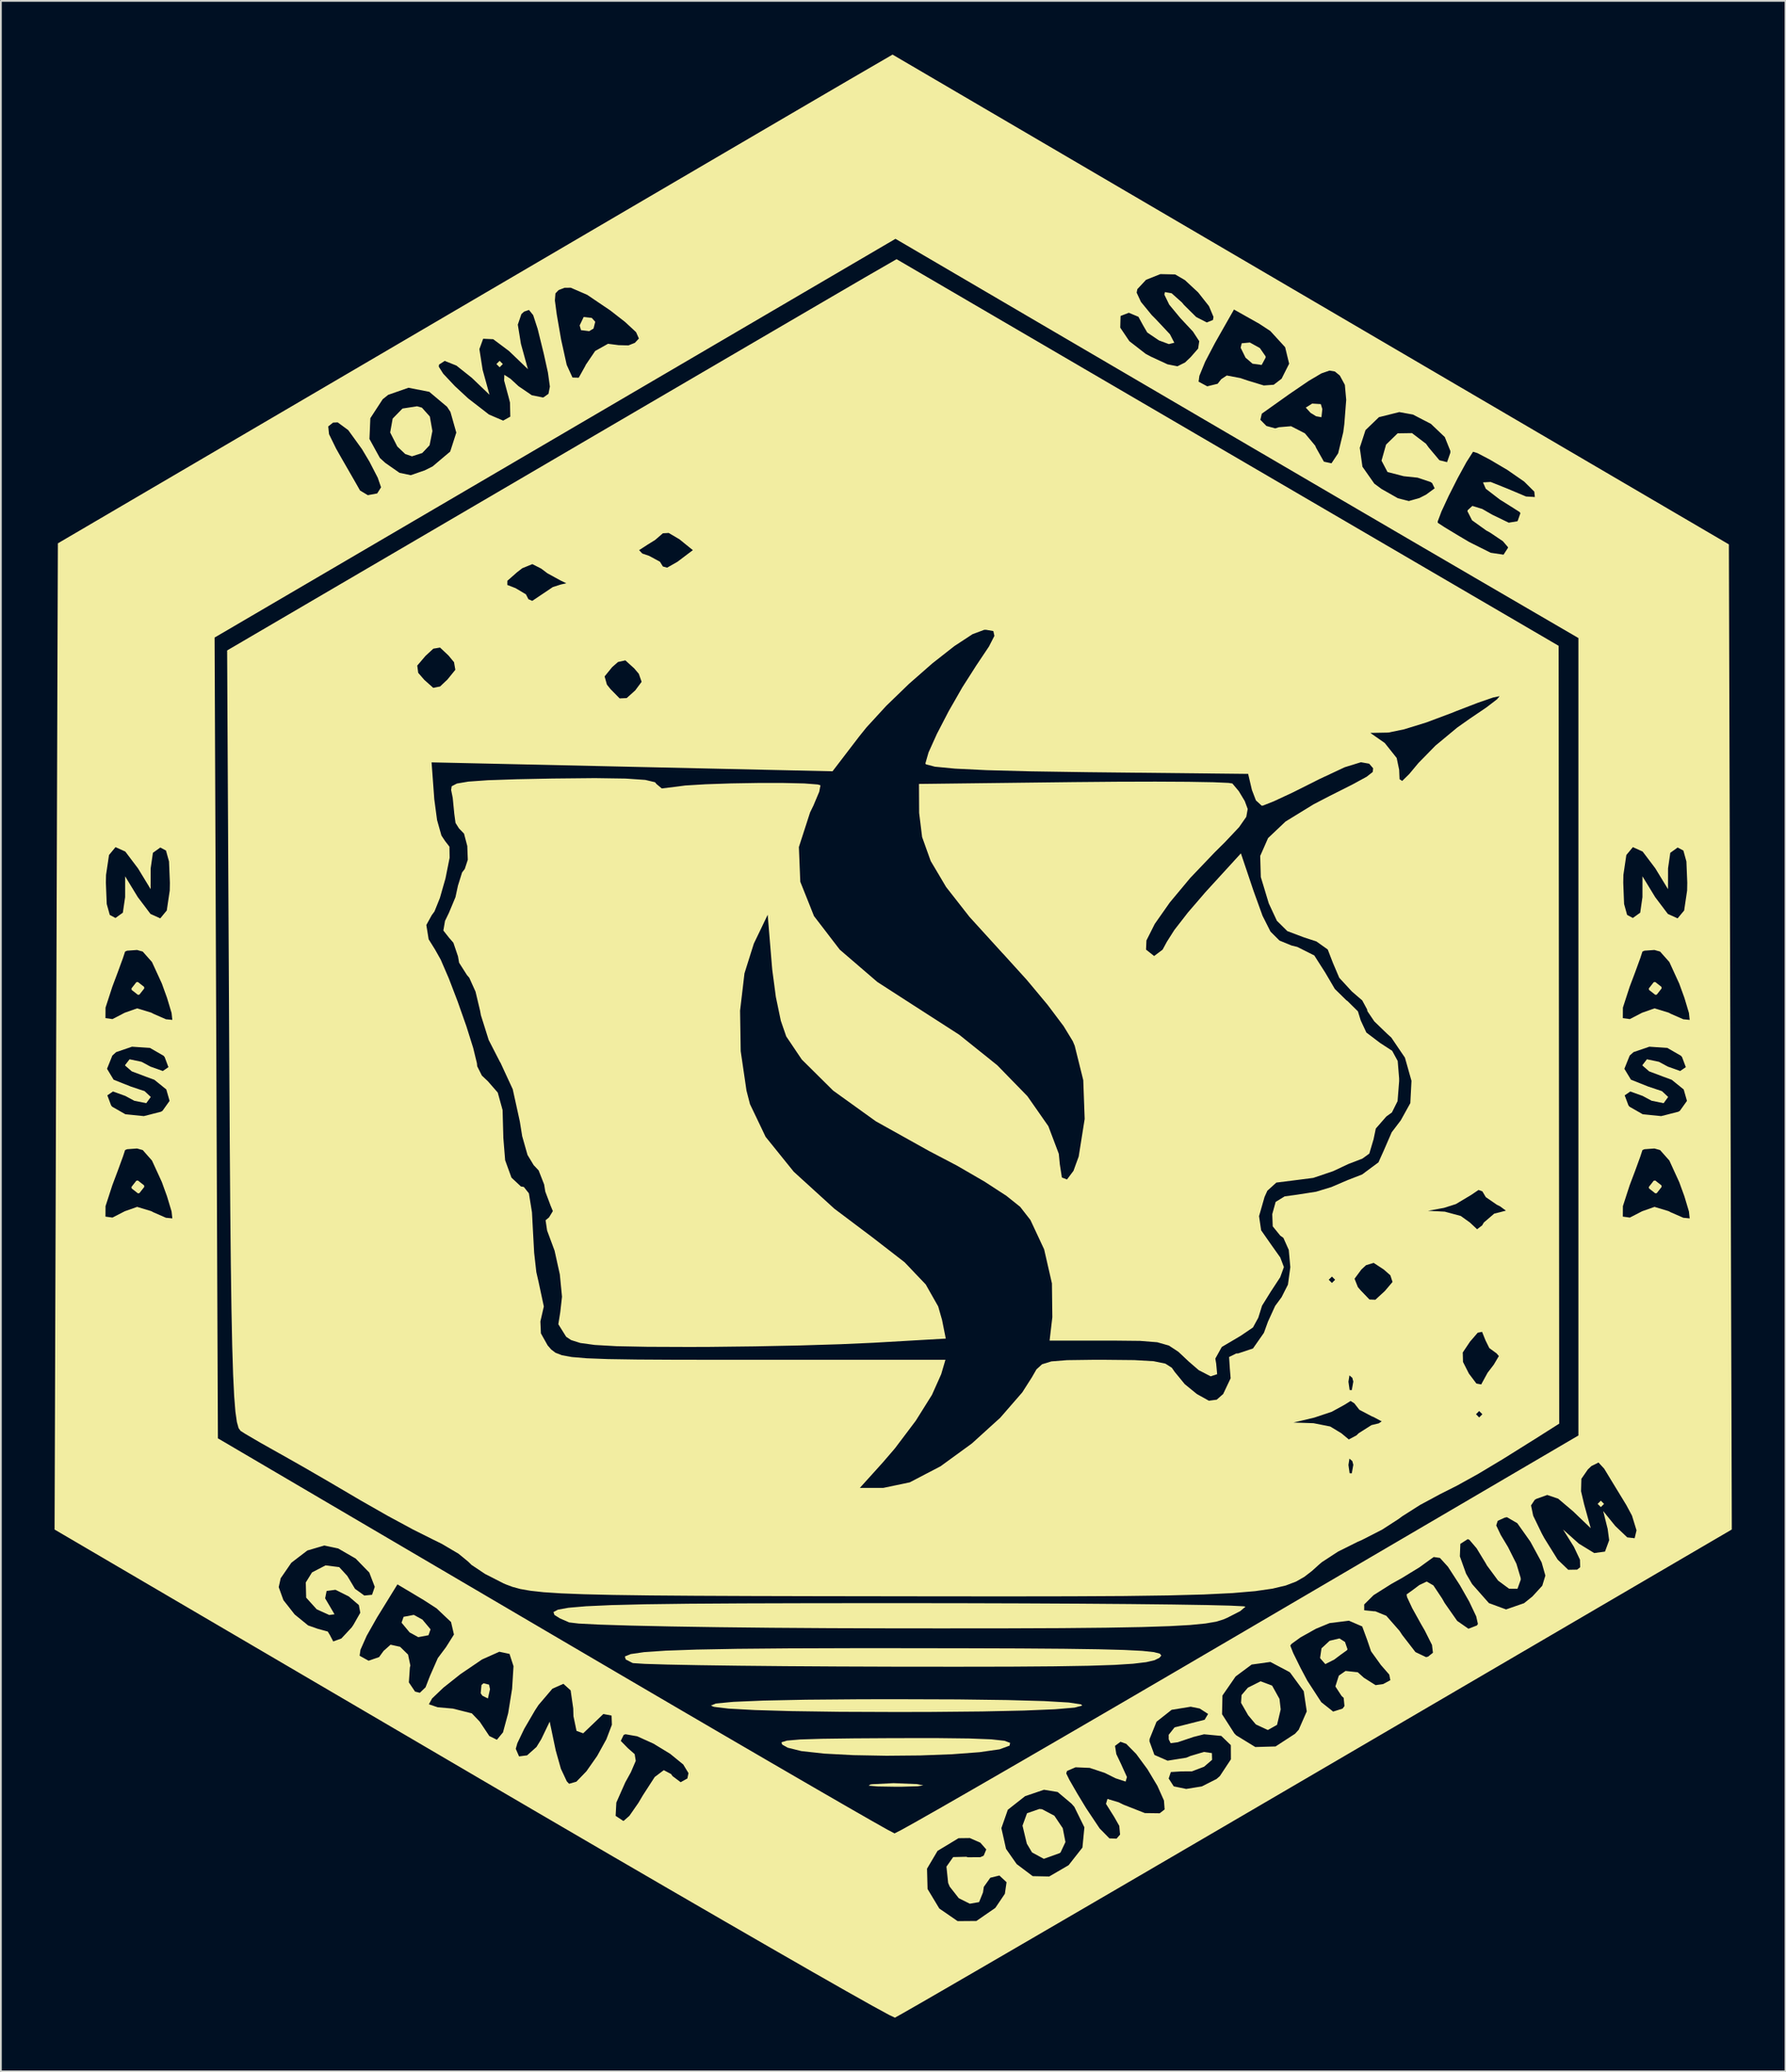
<source format=kicad_pcb>
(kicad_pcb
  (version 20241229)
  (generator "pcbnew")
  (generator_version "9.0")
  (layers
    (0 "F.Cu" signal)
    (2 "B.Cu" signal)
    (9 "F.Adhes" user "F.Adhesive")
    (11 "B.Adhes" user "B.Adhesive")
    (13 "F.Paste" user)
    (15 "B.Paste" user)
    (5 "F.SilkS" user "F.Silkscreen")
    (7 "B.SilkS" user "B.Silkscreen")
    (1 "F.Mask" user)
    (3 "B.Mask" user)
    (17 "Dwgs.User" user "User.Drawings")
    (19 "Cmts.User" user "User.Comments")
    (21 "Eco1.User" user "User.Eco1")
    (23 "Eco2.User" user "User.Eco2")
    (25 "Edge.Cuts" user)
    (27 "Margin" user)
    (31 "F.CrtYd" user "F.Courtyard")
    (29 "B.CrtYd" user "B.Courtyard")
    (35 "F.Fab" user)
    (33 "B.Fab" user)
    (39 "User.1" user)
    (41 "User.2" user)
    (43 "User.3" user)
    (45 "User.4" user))
  (footprint "ISGC"
    (layer "F.Cu")
    (at 46.511 54.673)
    (property "Reference" "ISGC" (at 0 0 0) (layer "F.SilkS") (effects (font (size 1.5 1.5) (thickness 0.3))))
    (attr board_only exclude_from_pos_files exclude_from_bom)
    (fp_poly (pts (xy -21.465 -37.385) (xy -21.644 -37.206) (xy -21.823 -37.385) (xy -21.644 -37.563)) (stroke (width 0) (type solid)) (fill yes) (layer "F.SilkS"))
    (fp_poly (pts (xy 40.068 26.294) (xy 39.889 26.473) (xy 39.71 26.294) (xy 39.889 26.115)) (stroke (width 0) (type solid)) (fill yes) (layer "F.SilkS"))
    (fp_poly (pts (xy -22.233 36.393) (xy -22.18 36.648) (xy -22.298 37.165) (xy -22.608 37.01) (xy -22.702 36.873) (xy -22.657 36.413) (xy -22.544 36.315)) (stroke (width 0) (type solid)) (fill yes) (layer "F.SilkS"))
    (fp_poly (pts (xy -16.493 -39.962) (xy -16.301 -39.747) (xy -16.396 -39.368) (xy -16.637 -39.222) (xy -17.097 -39.279) (xy -17.172 -39.542) (xy -16.947 -40.014)) (stroke (width 0) (type solid)) (fill yes) (layer "F.SilkS"))
    (fp_poly (pts (xy 24.243 -35.147) (xy 24.327 -34.869) (xy 24.278 -34.415) (xy 23.978 -34.469) (xy 23.671 -34.657) (xy 23.402 -34.951) (xy 23.76 -35.177)) (stroke (width 0) (type solid)) (fill yes) (layer "F.SilkS"))
    (fp_poly (pts (xy -41.509 -2.59) (xy -41.499 -2.504) (xy -41.771 -2.157) (xy -41.856 -2.146) (xy -42.204 -2.419) (xy -42.214 -2.504) (xy -41.942 -2.852) (xy -41.856 -2.862)) (stroke (width 0) (type solid)) (fill yes) (layer "F.SilkS"))
    (fp_poly (pts (xy -41.509 8.5) (xy -41.499 8.586) (xy -41.771 8.933) (xy -41.856 8.944) (xy -42.204 8.671) (xy -42.214 8.586) (xy -41.942 8.239) (xy -41.856 8.228)) (stroke (width 0) (type solid)) (fill yes) (layer "F.SilkS"))
    (fp_poly (pts (xy -25.956 32.759) (xy -25.503 33.302) (xy -25.617 33.631) (xy -26.189 33.74) (xy -26.671 33.475) (xy -27.124 32.932) (xy -27.01 32.603) (xy -26.438 32.494)) (stroke (width 0) (type solid)) (fill yes) (layer "F.SilkS"))
    (fp_poly (pts (xy 43.277 -2.59) (xy 43.287 -2.504) (xy 43.015 -2.157) (xy 42.93 -2.146) (xy 42.582 -2.419) (xy 42.572 -2.504) (xy 42.844 -2.852) (xy 42.93 -2.862)) (stroke (width 0) (type solid)) (fill yes) (layer "F.SilkS"))
    (fp_poly (pts (xy 43.277 8.5) (xy 43.287 8.586) (xy 43.015 8.933) (xy 42.93 8.944) (xy 42.582 8.671) (xy 42.572 8.586) (xy 42.844 8.239) (xy 42.93 8.228)) (stroke (width 0) (type solid)) (fill yes) (layer "F.SilkS"))
    (fp_poly (pts (xy 20.837 -38.277) (xy 21.156 -37.816) (xy 21.161 -37.751) (xy 20.937 -37.334) (xy 20.428 -37.404) (xy 20.037 -37.739) (xy 19.764 -38.295) (xy 19.821 -38.543) (xy 20.277 -38.588)) (stroke (width 0) (type solid)) (fill yes) (layer "F.SilkS"))
    (fp_poly (pts (xy 1.644 41.948) (xy 1.691 41.953) (xy 2.03 42.019) (xy 1.723 42.07) (xy 0.842 42.095) (xy 0.537 42.097) (xy -0.508 42.081) (xy -1.024 42.037) (xy -0.929 41.972) (xy -0.813 41.956) (xy 0.37 41.896)) (stroke (width 0) (type solid)) (fill yes) (layer "F.SilkS"))
    (fp_poly (pts (xy 21.522 36.448) (xy 21.933 37.191) (xy 22.001 37.776) (xy 21.796 38.638) (xy 21.281 38.927) (xy 20.611 38.614) (xy 20.18 38.1) (xy 19.786 37.41) (xy 19.814 36.974) (xy 20.164 36.564) (xy 20.879 36.204)) (stroke (width 0) (type solid)) (fill yes) (layer "F.SilkS"))
    (fp_poly (pts (xy 25.593 34.009) (xy 25.733 34.414) (xy 25.704 34.469) (xy 25.351 34.723) (xy 24.995 34.991) (xy 24.493 35.244) (xy 24.216 34.928) (xy 24.203 34.895) (xy 24.281 34.363) (xy 24.734 33.943) (xy 25.284 33.811)) (stroke (width 0) (type solid)) (fill yes) (layer "F.SilkS"))
    (fp_poly (pts (xy -25.985 -34.948) (xy -25.543 -34.454) (xy -25.4 -33.644) (xy -25.557 -32.848) (xy -25.966 -32.414) (xy -26.541 -32.229) (xy -26.918 -32.358) (xy -27.36 -32.777) (xy -27.759 -33.561) (xy -27.619 -34.339) (xy -27.073 -34.898) (xy -26.257 -35.025)) (stroke (width 0) (type solid)) (fill yes) (layer "F.SilkS"))
    (fp_poly (pts (xy 8.667 43.352) (xy 9.353 43.715) (xy 9.823 44.413) (xy 9.973 45.185) (xy 9.699 45.77) (xy 9.646 45.807) (xy 8.763 46.123) (xy 8.106 45.766) (xy 7.816 45.278) (xy 7.574 44.269) (xy 7.827 43.576) (xy 8.515 43.338)) (stroke (width 0) (type solid)) (fill yes) (layer "F.SilkS"))
    (fp_poly (pts (xy 4.591 39.4) (xy 5.827 39.448) (xy 6.566 39.528) (xy 6.882 39.645) (xy 6.852 39.799) (xy 6.292 40.006) (xy 5.172 40.167) (xy 3.643 40.281) (xy 1.858 40.348) (xy -0.03 40.365) (xy -1.867 40.332) (xy -3.502 40.246) (xy -4.78 40.106) (xy -5.545 39.915) (xy -5.855 39.741) (xy -5.895 39.612) (xy -5.588 39.519) (xy -4.861 39.456) (xy -3.637 39.417) (xy -1.842 39.394) (xy 0.34 39.381) (xy 2.787 39.379)) (stroke (width 0) (type solid)) (fill yes) (layer "F.SilkS"))
    (fp_poly (pts (xy 3.961 37.217) (xy 6.714 37.253) (xy 8.784 37.311) (xy 10.163 37.392) (xy 10.841 37.495) (xy 10.911 37.563) (xy 10.486 37.675) (xy 9.386 37.768) (xy 7.652 37.84) (xy 5.326 37.89) (xy 2.447 37.917) (xy 0.537 37.921) (xy -2.644 37.909) (xy -5.296 37.872) (xy -7.379 37.812) (xy -8.853 37.731) (xy -9.675 37.631) (xy -9.838 37.563) (xy -9.56 37.447) (xy -8.577 37.354) (xy -6.897 37.283) (xy -4.53 37.234) (xy -1.485 37.209) (xy 0.537 37.206)) (stroke (width 0) (type solid)) (fill yes) (layer "F.SilkS"))
    (fp_poly (pts (xy 4.351 34.36) (xy 7.417 34.37) (xy 9.884 34.388) (xy 11.809 34.415) (xy 13.25 34.454) (xy 14.265 34.506) (xy 14.911 34.575) (xy 15.247 34.661) (xy 15.33 34.768) (xy 15.225 34.892) (xy 14.953 35.027) (xy 14.485 35.136) (xy 13.754 35.223) (xy 12.698 35.29) (xy 11.249 35.338) (xy 9.343 35.369) (xy 6.915 35.387) (xy 3.9 35.392) (xy 0.379 35.389) (xy -2.746 35.378) (xy -5.654 35.36) (xy -8.266 35.335) (xy -10.502 35.304) (xy -12.283 35.269) (xy -13.53 35.231) (xy -14.164 35.191) (xy -14.22 35.18) (xy -14.598 34.984) (xy -14.645 34.82) (xy -14.318 34.685) (xy -13.573 34.577) (xy -12.364 34.494) (xy -10.646 34.433) (xy -8.376 34.391) (xy -5.509 34.366) (xy -2 34.355) (xy 0.626 34.355)) (stroke (width 0) (type solid)) (fill yes) (layer "F.SilkS"))
    (fp_poly (pts (xy 4.178 31.843) (xy 7.616 31.853) (xy 10.766 31.869) (xy 13.562 31.89) (xy 15.94 31.916) (xy 17.834 31.946) (xy 19.181 31.979) (xy 19.915 32.015) (xy 20.034 32.037) (xy 19.738 32.287) (xy 19.007 32.66) (xy 18.793 32.752) (xy 18.395 32.875) (xy 17.8 32.977) (xy 16.947 33.06) (xy 15.777 33.125) (xy 14.23 33.175) (xy 12.246 33.211) (xy 9.766 33.235) (xy 6.73 33.247) (xy 3.077 33.25) (xy 0.28 33.248) (xy -3.191 33.237) (xy -6.461 33.215) (xy -9.456 33.182) (xy -12.104 33.141) (xy -14.331 33.093) (xy -16.064 33.039) (xy -17.23 32.98) (xy -17.756 32.917) (xy -17.761 32.915) (xy -18.275 32.69) (xy -18.581 32.498) (xy -18.634 32.337) (xy -18.389 32.205) (xy -17.799 32.098) (xy -16.819 32.014) (xy -15.405 31.95) (xy -13.51 31.903) (xy -11.088 31.872) (xy -8.095 31.853) (xy -4.484 31.843) (xy -0.211 31.839) (xy 0.516 31.839)) (stroke (width 0) (type solid)) (fill yes) (layer "F.SilkS"))
    (fp_poly (pts (xy -14.604 -14.227) (xy -13.502 -14.151) (xy -12.959 -14.021) (xy -12.879 -13.922) (xy -12.583 -13.676) (xy -11.941 -13.752) (xy -11.27 -13.84) (xy -10.14 -13.908) (xy -8.73 -13.956) (xy -7.22 -13.981) (xy -5.787 -13.981) (xy -4.612 -13.954) (xy -3.872 -13.897) (xy -3.715 -13.852) (xy -3.785 -13.488) (xy -4.108 -12.72) (xy -4.298 -12.332) (xy -4.921 -10.401) (xy -4.843 -8.464) (xy -4.077 -6.545) (xy -2.638 -4.67) (xy -0.538 -2.864) (xy 1.514 -1.54) (xy 4.03 0.078) (xy 6.163 1.788) (xy 7.848 3.517) (xy 9.017 5.191) (xy 9.603 6.738) (xy 9.659 7.32) (xy 9.774 8.059) (xy 10.059 8.17) (xy 10.422 7.688) (xy 10.714 6.887) (xy 11.047 4.788) (xy 10.968 2.622) (xy 10.492 0.702) (xy 10.384 0.446) (xy 9.87 -0.397) (xy 8.973 -1.59) (xy 7.814 -2.979) (xy 6.517 -4.409) (xy 6.423 -4.508) (xy 4.611 -6.5) (xy 3.306 -8.167) (xy 2.445 -9.619) (xy 1.963 -10.962) (xy 1.798 -12.306) (xy 1.797 -12.419) (xy 1.789 -13.927) (xy 10.41 -14.029) (xy 12.827 -14.05) (xy 15.004 -14.056) (xy 16.841 -14.046) (xy 18.235 -14.022) (xy 19.084 -13.985) (xy 19.3 -13.952) (xy 19.66 -13.524) (xy 19.992 -12.971) (xy 20.156 -12.528) (xy 20.077 -12.088) (xy 19.674 -11.509) (xy 18.865 -10.652) (xy 18.316 -10.109) (xy 16.946 -8.674) (xy 15.803 -7.303) (xy 14.962 -6.104) (xy 14.499 -5.184) (xy 14.476 -4.671) (xy 14.929 -4.313) (xy 15.401 -4.669) (xy 15.642 -5.113) (xy 16.061 -5.771) (xy 16.82 -6.748) (xy 17.767 -7.848) (xy 17.896 -7.991) (xy 19.777 -10.048) (xy 20.475 -7.976) (xy 20.986 -6.559) (xy 21.432 -5.678) (xy 21.933 -5.177) (xy 22.61 -4.899) (xy 22.928 -4.822) (xy 23.877 -4.346) (xy 24.483 -3.397) (xy 25.026 -2.473) (xy 25.676 -1.835) (xy 25.727 -1.805) (xy 26.316 -1.222) (xy 26.473 -0.712) (xy 26.788 -0.039) (xy 27.546 0.537) (xy 28.228 0.98) (xy 28.539 1.551) (xy 28.619 2.525) (xy 28.62 2.68) (xy 28.531 3.795) (xy 28.215 4.426) (xy 27.904 4.651) (xy 27.315 5.325) (xy 27.189 5.927) (xy 26.952 6.726) (xy 26.563 7.006) (xy 25.794 7.301) (xy 24.924 7.71) (xy 23.819 8.082) (xy 22.679 8.228) (xy 21.758 8.344) (xy 21.256 8.798) (xy 21.098 9.146) (xy 20.791 10.22) (xy 20.907 11.009) (xy 21.465 11.806) (xy 21.977 12.529) (xy 22.18 13.064) (xy 21.974 13.63) (xy 21.477 14.391) (xy 21.465 14.407) (xy 20.959 15.22) (xy 20.749 15.894) (xy 20.452 16.437) (xy 19.765 16.904) (xy 18.709 17.528) (xy 18.347 18.177) (xy 18.395 18.456) (xy 18.45 19.048) (xy 18.088 19.168) (xy 17.421 18.824) (xy 16.872 18.35) (xy 16.282 17.796) (xy 15.755 17.45) (xy 15.104 17.264) (xy 14.142 17.187) (xy 12.682 17.172) (xy 12.382 17.172) (xy 9.087 17.172) (xy 9.24 15.867) (xy 9.217 13.975) (xy 8.783 12.074) (xy 8.014 10.431) (xy 7.441 9.697) (xy 6.676 9.085) (xy 5.438 8.281) (xy 3.901 7.391) (xy 2.357 6.582) (xy -0.62 4.922) (xy -3.007 3.206) (xy -4.76 1.468) (xy -5.628 0.18) (xy -5.93 -0.696) (xy -6.208 -2.021) (xy -6.408 -3.532) (xy -6.428 -3.756) (xy -6.664 -6.618) (xy -7.438 -5.008) (xy -7.962 -3.346) (xy -8.208 -1.262) (xy -8.173 1.001) (xy -7.85 3.203) (xy -7.654 3.96) (xy -6.781 5.788) (xy -5.209 7.737) (xy -2.943 9.8) (xy -0.78 11.428) (xy 0.985 12.795) (xy 2.167 14.036) (xy 2.861 15.261) (xy 3.077 16.012) (xy 3.287 17.059) (xy -0.772 17.293) (xy -2.582 17.374) (xy -4.869 17.444) (xy -7.392 17.495) (xy -9.912 17.524) (xy -11.062 17.528) (xy -13.392 17.519) (xy -15.111 17.485) (xy -16.324 17.416) (xy -17.134 17.305) (xy -17.646 17.143) (xy -17.926 16.958) (xy -18.363 16.257) (xy -18.256 15.59) (xy -18.158 14.721) (xy -18.279 13.477) (xy -18.572 12.149) (xy -18.99 11.026) (xy -18.99 11.026) (xy -19.076 10.448) (xy -18.884 10.29) (xy -18.669 9.937) (xy -18.791 9.644) (xy -19.092 8.847) (xy -19.156 8.449) (xy -19.462 7.666) (xy -19.741 7.37) (xy -20.085 6.8) (xy -20.382 5.752) (xy -20.514 4.933) (xy -20.912 3.125) (xy -21.596 1.647) (xy -21.627 1.601) (xy -22.256 0.373) (xy -22.691 -1.01) (xy -22.737 -1.263) (xy -22.989 -2.323) (xy -23.34 -3.099) (xy -23.471 -3.252) (xy -23.907 -3.939) (xy -23.969 -4.293) (xy -24.227 -5.054) (xy -24.475 -5.341) (xy -24.787 -5.738) (xy -24.695 -6.273) (xy -24.477 -6.726) (xy -24.11 -7.603) (xy -23.971 -8.246) (xy -23.741 -8.983) (xy -23.591 -9.178) (xy -23.422 -9.694) (xy -23.451 -10.459) (xy -23.633 -11.151) (xy -23.918 -11.448) (xy -24.108 -11.752) (xy -24.176 -12.253) (xy -24.265 -13.152) (xy -24.355 -13.594) (xy -24.322 -13.798) (xy -24.031 -13.949) (xy -23.389 -14.057) (xy -22.3 -14.134) (xy -20.673 -14.189) (xy -18.692 -14.229) (xy -16.317 -14.252)) (stroke (width 0) (type solid)) (fill yes) (layer "F.SilkS"))
    (fp_poly (pts (xy 19.034 -32.443) (xy 37.531 -21.644) (xy 37.547 0.084) (xy 37.563 21.812) (xy 36.222 22.662) (xy 34.414 23.793) (xy 33.022 24.627) (xy 31.868 25.266) (xy 30.917 25.746) (xy 29.789 26.353) (xy 28.789 26.988) (xy 28.586 27.139) (xy 27.674 27.729) (xy 26.53 28.315) (xy 26.293 28.418) (xy 25.208 28.958) (xy 24.302 29.549) (xy 24.153 29.676) (xy 23.739 30.048) (xy 23.328 30.365) (xy 22.864 30.632) (xy 22.288 30.852) (xy 21.543 31.03) (xy 20.571 31.17) (xy 19.313 31.277) (xy 17.714 31.355) (xy 15.714 31.408) (xy 13.256 31.441) (xy 10.282 31.457) (xy 6.735 31.462) (xy 2.557 31.459) (xy 0.403 31.456) (xy -3.927 31.45) (xy -7.601 31.441) (xy -10.678 31.428) (xy -13.218 31.409) (xy -15.279 31.381) (xy -16.921 31.343) (xy -18.204 31.293) (xy -19.186 31.229) (xy -19.927 31.148) (xy -20.486 31.05) (xy -20.922 30.931) (xy -21.296 30.791) (xy -21.432 30.731) (xy -22.453 30.211) (xy -23.214 29.703) (xy -23.4 29.521) (xy -23.944 29.075) (xy -24.878 28.525) (xy -25.4 28.268) (xy -26.487 27.724) (xy -27.911 26.954) (xy -29.399 26.106) (xy -29.693 25.933) (xy -31.165 25.068) (xy -32.628 24.221) (xy -33.809 23.552) (xy -33.986 23.454) (xy -35.024 22.87) (xy -35.856 22.382) (xy -36.119 22.216) (xy -36.23 22.061) (xy -36.325 21.719) (xy -36.407 21.141) (xy -36.476 20.274) (xy -36.535 19.068) (xy -36.585 17.47) (xy -36.627 15.43) (xy -36.663 12.897) (xy -36.694 9.819) (xy -36.722 6.146) (xy -36.748 1.825) (xy -36.756 0.24) (xy -36.789 -6.046) (xy -25.738 -6.046) (xy -25.609 -5.248) (xy -25.255 -4.679) (xy -24.935 -4.112) (xy -24.485 -3.069) (xy -23.983 -1.76) (xy -23.503 -0.395) (xy -23.121 0.818) (xy -22.913 1.669) (xy -22.896 1.846) (xy -22.636 2.366) (xy -22.298 2.684) (xy -21.749 3.314) (xy -21.478 4.293) (xy -21.437 5.789) (xy -21.438 5.82) (xy -21.334 7.096) (xy -20.981 8.07) (xy -20.453 8.562) (xy -20.29 8.589) (xy -20.008 8.944) (xy -19.836 10.006) (xy -19.786 10.96) (xy -19.714 12.271) (xy -19.592 13.347) (xy -19.463 13.908) (xy -19.173 15.265) (xy -19.365 16.101) (xy -19.336 16.769) (xy -18.959 17.443) (xy -18.761 17.67) (xy -18.523 17.85) (xy -18.166 17.988) (xy -17.61 18.089) (xy -16.775 18.16) (xy -15.581 18.205) (xy -13.949 18.23) (xy -11.799 18.242) (xy -9.05 18.245) (xy -7.521 18.245) (xy 3.268 18.245) (xy 3.03 19.05) (xy 2.514 20.205) (xy 1.609 21.65) (xy 0.449 23.188) (xy -0.237 23.986) (xy -1.514 25.4) (xy -0.203 25.4) (xy 1.276 25.09) (xy 3.001 24.189) (xy 3.098 24.118) (xy 25.786 24.118) (xy 25.852 24.582) (xy 25.974 24.588) (xy 26.059 24.109) (xy 26.002 23.902) (xy 25.843 23.766) (xy 25.786 24.118) (xy 3.098 24.118) (xy 4.746 22.918) (xy 6.034 21.749) (xy 22.717 21.749) (xy 23.836 21.786) (xy 24.769 21.972) (xy 25.392 22.349) (xy 25.807 22.694) (xy 26.234 22.467) (xy 26.355 22.349) (xy 27.072 21.894) (xy 27.483 21.794) (xy 27.644 21.683) (xy 27.183 21.438) (xy 27.099 21.407) (xy 26.869 21.286) (xy 32.913 21.286) (xy 33.092 21.465) (xy 33.27 21.286) (xy 33.092 21.107) (xy 32.913 21.286) (xy 26.869 21.286) (xy 26.395 21.036) (xy 26.115 20.676) (xy 25.907 20.544) (xy 25.577 20.751) (xy 24.853 21.149) (xy 23.877 21.474) (xy 22.717 21.749) (xy 6.034 21.749) (xy 6.327 21.484) (xy 7.562 20.063) (xy 8.094 19.229) (xy 8.352 18.781) (xy 8.666 18.495) (xy 9.185 18.335) (xy 10.06 18.264) (xy 11.44 18.246) (xy 12.16 18.245) (xy 13.818 18.261) (xy 14.902 18.324) (xy 15.556 18.459) (xy 15.919 18.69) (xy 16.071 18.91) (xy 16.635 19.601) (xy 17.316 20.157) (xy 17.988 20.531) (xy 18.425 20.473) (xy 18.787 20.156) (xy 19.112 19.467) (xy 25.786 19.467) (xy 25.852 19.931) (xy 25.974 19.937) (xy 26.059 19.458) (xy 26.002 19.251) (xy 25.843 19.116) (xy 25.786 19.467) (xy 19.112 19.467) (xy 19.203 19.274) (xy 19.158 18.73) (xy 19.116 18.088) (xy 19.519 17.89) (xy 19.625 17.887) (xy 19.78 17.836) (xy 32.174 17.836) (xy 32.188 18.364) (xy 32.518 19.016) (xy 32.936 19.572) (xy 33.209 19.622) (xy 33.228 19.579) (xy 33.561 18.968) (xy 33.909 18.513) (xy 34.192 18.035) (xy 34.065 17.887) (xy 33.658 17.591) (xy 33.447 17.165) (xy 33.254 16.683) (xy 33.009 16.732) (xy 32.581 17.228) (xy 32.174 17.836) (xy 19.78 17.836) (xy 20.452 17.612) (xy 21.063 16.736) (xy 21.289 16.115) (xy 21.691 15.234) (xy 22.049 14.748) (xy 22.406 14.045) (xy 22.443 13.773) (xy 24.685 13.773) (xy 24.863 13.952) (xy 25.042 13.773) (xy 24.984 13.715) (xy 26.128 13.715) (xy 26.312 14.182) (xy 26.473 14.369) (xy 26.96 14.876) (xy 27.289 14.89) (xy 27.802 14.42) (xy 27.823 14.399) (xy 28.249 13.896) (xy 28.128 13.524) (xy 27.766 13.205) (xy 27.196 12.83) (xy 26.77 12.959) (xy 26.505 13.205) (xy 26.128 13.715) (xy 24.984 13.715) (xy 24.863 13.594) (xy 24.685 13.773) (xy 22.443 13.773) (xy 22.539 13.07) (xy 22.452 12.105) (xy 22.151 11.432) (xy 21.977 11.309) (xy 21.555 10.788) (xy 21.53 10.108) (xy 21.582 9.919) (xy 30.23 9.919) (xy 31.17 9.968) (xy 32.062 10.209) (xy 32.574 10.576) (xy 32.975 10.951) (xy 33.257 10.736) (xy 33.351 10.576) (xy 33.931 10.078) (xy 34.272 9.993) (xy 34.584 9.911) (xy 34.26 9.672) (xy 34.075 9.58) (xy 33.461 9.157) (xy 33.27 8.834) (xy 33.055 8.756) (xy 32.644 9.034) (xy 31.786 9.547) (xy 31.124 9.757) (xy 30.23 9.919) (xy 21.582 9.919) (xy 21.718 9.424) (xy 22.22 9.115) (xy 22.896 9.022) (xy 23.974 8.855) (xy 24.845 8.591) (xy 24.863 8.582) (xy 25.756 8.198) (xy 26.553 7.89) (xy 27.463 7.214) (xy 27.766 6.542) (xy 28.203 5.533) (xy 28.711 4.867) (xy 29.243 3.904) (xy 29.308 2.66) (xy 28.942 1.364) (xy 28.182 0.244) (xy 27.937 0.02) (xy 27.23 -0.662) (xy 26.849 -1.228) (xy 26.828 -1.333) (xy 26.558 -1.832) (xy 25.979 -2.331) (xy 25.273 -3.097) (xy 24.918 -3.932) (xy 24.628 -4.679) (xy 23.993 -5.129) (xy 23.314 -5.35) (xy 22.371 -5.705) (xy 21.787 -6.283) (xy 21.334 -7.257) (xy 20.889 -8.726) (xy 20.855 -9.905) (xy 21.295 -10.902) (xy 22.272 -11.828) (xy 23.847 -12.794) (xy 24.731 -13.252) (xy 26.033 -13.909) (xy 26.802 -14.328) (xy 27.145 -14.597) (xy 27.166 -14.802) (xy 26.971 -15.028) (xy 26.941 -15.058) (xy 26.483 -15.139) (xy 25.576 -14.859) (xy 24.155 -14.194) (xy 23.924 -14.076) (xy 22.667 -13.447) (xy 21.644 -12.97) (xy 21.026 -12.724) (xy 20.944 -12.708) (xy 20.617 -13.006) (xy 20.392 -13.594) (xy 20.181 -14.489) (xy 11.164 -14.584) (xy 8.025 -14.631) (xy 5.58 -14.696) (xy 3.805 -14.782) (xy 2.678 -14.89) (xy 2.178 -15.021) (xy 2.146 -15.069) (xy 2.323 -15.686) (xy 2.79 -16.723) (xy 2.818 -16.777) (xy 27.01 -16.777) (xy 27.815 -16.215) (xy 28.482 -15.377) (xy 28.62 -14.721) (xy 28.643 -14.189) (xy 28.791 -14.095) (xy 29.184 -14.482) (xy 29.704 -15.104) (xy 30.651 -16.07) (xy 31.872 -17.083) (xy 32.565 -17.571) (xy 33.49 -18.198) (xy 34.092 -18.658) (xy 34.235 -18.831) (xy 33.877 -18.757) (xy 33.026 -18.464) (xy 31.847 -18.011) (xy 31.515 -17.877) (xy 30.135 -17.361) (xy 28.896 -16.978) (xy 28.036 -16.8) (xy 27.957 -16.795) (xy 27.01 -16.777) (xy 2.818 -16.777) (xy 3.452 -17.998) (xy 4.214 -19.328) (xy 4.981 -20.53) (xy 5 -20.558) (xy 5.699 -21.605) (xy 6.004 -22.199) (xy 5.944 -22.468) (xy 5.547 -22.537) (xy 5.436 -22.538) (xy 4.781 -22.293) (xy 3.775 -21.634) (xy 2.548 -20.672) (xy 1.232 -19.519) (xy -0.04 -18.289) (xy -1.138 -17.093) (xy -1.542 -16.592) (xy -3.041 -14.634) (xy -14.243 -14.883) (xy -25.446 -15.132) (xy -25.295 -13.074) (xy -25.139 -11.908) (xy -24.894 -11.043) (xy -24.69 -10.736) (xy -24.448 -10.422) (xy -24.438 -9.802) (xy -24.659 -8.694) (xy -24.675 -8.625) (xy -24.981 -7.554) (xy -25.285 -6.801) (xy -25.436 -6.596) (xy -25.738 -6.046) (xy -36.789 -6.046) (xy -36.865 -20.538) (xy -26.247 -20.538) (xy -26.193 -20.134) (xy -25.847 -19.736) (xy -25.352 -19.295) (xy -24.968 -19.372) (xy -24.56 -19.759) (xy -24.418 -19.934) (xy -15.777 -19.934) (xy -15.648 -19.475) (xy -15.451 -19.229) (xy -14.936 -18.705) (xy -14.546 -18.722) (xy -14.064 -19.155) (xy -13.709 -19.632) (xy -13.866 -20.08) (xy -14.119 -20.378) (xy -14.618 -20.831) (xy -15.027 -20.741) (xy -15.356 -20.452) (xy -15.777 -19.934) (xy -24.418 -19.934) (xy -24.118 -20.304) (xy -24.192 -20.729) (xy -24.5 -21.101) (xy -24.972 -21.546) (xy -25.348 -21.483) (xy -25.787 -21.078) (xy -26.247 -20.538) (xy -36.865 -20.538) (xy -36.87 -21.385) (xy -30.619 -25.042) (xy -21.212 -25.042) (xy -20.756 -24.866) (xy -20.174 -24.521) (xy -20.034 -24.247) (xy -19.82 -24.154) (xy -19.38 -24.45) (xy -18.672 -24.925) (xy -18.217 -25.07) (xy -17.915 -25.136) (xy -18.245 -25.296) (xy -18.978 -25.698) (xy -19.318 -25.955) (xy -19.815 -26.208) (xy -20.378 -25.977) (xy -20.667 -25.755) (xy -21.209 -25.278) (xy -21.212 -25.042) (xy -30.619 -25.042) (xy -27.292 -26.988) (xy -13.85 -26.988) (xy -13.673 -26.799) (xy -13.295 -26.671) (xy -12.686 -26.343) (xy -12.521 -26.075) (xy -12.283 -26.01) (xy -11.708 -26.338) (xy -11.684 -26.356) (xy -10.846 -26.988) (xy -11.593 -27.592) (xy -12.196 -27.949) (xy -12.52 -27.931) (xy -12.954 -27.557) (xy -13.384 -27.29) (xy -13.85 -26.988) (xy -27.292 -26.988) (xy -19.597 -31.49) (xy -16.342 -33.395) (xy -13.235 -35.212) (xy -10.339 -36.905) (xy -7.715 -38.439) (xy -5.425 -39.777) (xy -3.531 -40.883) (xy -2.093 -41.722) (xy -1.174 -42.257) (xy -0.894 -42.419) (xy 0.537 -43.243)) (stroke (width 0) (type solid)) (fill yes) (layer "F.SilkS"))
    (fp_poly (pts (xy 23.678 -40.991) (xy 47.044 -27.31) (xy 47.125 0.208) (xy 47.207 27.725) (xy 23.957 41.32) (xy 20.221 43.503) (xy 16.664 45.581) (xy 13.334 47.524) (xy 10.279 49.304) (xy 7.549 50.893) (xy 5.191 52.264) (xy 3.253 53.388) (xy 1.785 54.236) (xy 0.833 54.781) (xy 0.448 54.995) (xy 0.443 54.997) (xy 0.1 54.834) (xy -0.812 54.336) (xy -2.245 53.531) (xy -4.15 52.446) (xy -6.478 51.109) (xy -9.183 49.548) (xy -12.216 47.791) (xy -14.137 46.674) (xy 2.239 46.674) (xy 2.269 47.809) (xy 2.924 48.899) (xy 3.947 49.603) (xy 4.998 49.595) (xy 6.041 48.875) (xy 6.065 48.851) (xy 6.588 48.076) (xy 6.681 47.436) (xy 6.677 47.426) (xy 6.282 47.055) (xy 5.774 47.181) (xy 5.412 47.69) (xy 5.366 48.001) (xy 5.148 48.542) (xy 4.629 48.631) (xy 4.013 48.324) (xy 3.505 47.676) (xy 3.419 47.47) (xy 3.324 46.561) (xy 3.699 46.026) (xy 4.435 46.008) (xy 4.512 46.035) (xy 5.218 46.031) (xy 5.403 45.948) (xy 5.549 45.6) (xy 5.22 45.223) (xy 4.633 44.963) (xy 4.004 44.971) (xy 3.99 44.976) (xy 2.826 45.68) (xy 2.239 46.674) (xy -14.137 46.674) (xy -15.528 45.866) (xy -19.071 43.799) (xy -19.202 43.723) (xy -15.162 43.723) (xy -14.74 44.002) (xy -14.712 44.003) (xy -14.391 43.719) (xy -13.89 43) (xy -13.637 42.572) (xy -12.976 41.551) (xy -12.471 41.17) (xy -12.061 41.387) (xy -11.985 41.499) (xy -11.528 41.843) (xy -11.152 41.634) (xy -11.09 41.335) (xy -11.384 40.852) (xy -12.112 40.258) (xy -13.045 39.689) (xy -13.954 39.279) (xy -14.609 39.164) (xy -14.711 39.2) (xy -14.873 39.536) (xy -14.476 39.942) (xy -14.097 40.276) (xy -14.036 40.65) (xy -14.311 41.288) (xy -14.623 41.854) (xy -15.122 42.981) (xy -15.162 43.723) (xy -19.202 43.723) (xy -22.798 41.62) (xy -23.166 41.404) (xy -25.6 39.978) (xy -20.742 39.978) (xy -20.558 40.401) (xy -20.108 40.343) (xy -19.583 39.874) (xy -19.318 39.442) (xy -18.846 38.458) (xy -18.508 40.068) (xy -18.221 41.089) (xy -17.892 41.793) (xy -17.762 41.931) (xy -17.355 41.814) (xy -16.792 41.231) (xy -16.194 40.377) (xy -15.68 39.447) (xy -15.371 38.634) (xy -15.388 38.134) (xy -15.403 38.117) (xy -15.847 38.032) (xy -16.4 38.563) (xy -16.974 39.111) (xy -17.347 38.974) (xy -17.518 38.151) (xy -17.53 37.721) (xy -17.675 36.712) (xy -18.081 36.347) (xy -18.696 36.621) (xy -19.473 37.533) (xy -19.674 37.841) (xy -20.264 38.854) (xy -20.653 39.662) (xy -20.742 39.978) (xy -25.6 39.978) (xy -29.853 37.487) (xy -25.595 37.487) (xy -25.589 37.493) (xy -25.105 37.656) (xy -24.259 37.73) (xy -23.196 37.996) (xy -22.756 38.458) (xy -22.219 39.262) (xy -21.796 39.472) (xy -21.455 39.058) (xy -21.165 37.985) (xy -20.947 36.628) (xy -20.868 35.362) (xy -21.09 34.676) (xy -21.66 34.555) (xy -22.626 34.986) (xy -23.838 35.81) (xy -24.788 36.564) (xy -25.417 37.164) (xy -25.595 37.487) (xy -29.853 37.487) (xy -34.475 34.779) (xy -29.466 34.779) (xy -28.966 35.056) (xy -28.379 34.854) (xy -28.127 34.507) (xy -27.737 34.16) (xy -27.205 34.277) (xy -26.759 34.713) (xy -26.631 35.323) (xy -26.658 35.435) (xy -26.714 36.268) (xy -26.367 36.783) (xy -26.101 36.848) (xy -25.783 36.543) (xy -25.534 35.902) (xy -25.1 34.914) (xy -24.641 34.3) (xy -24.196 33.592) (xy -24.359 32.894) (xy -25.163 32.134) (xy -25.879 31.67) (xy -27.353 30.791) (xy -28.496 32.645) (xy -29.073 33.665) (xy -29.419 34.447) (xy -29.466 34.779) (xy -34.475 34.779) (xy -41.019 30.945) (xy -33.986 30.945) (xy -33.724 31.672) (xy -33.097 32.47) (xy -32.345 33.084) (xy -31.813 33.27) (xy -31.246 33.425) (xy -31.124 33.628) (xy -30.94 33.98) (xy -30.487 33.815) (xy -29.912 33.197) (xy -29.814 33.053) (xy -29.428 32.375) (xy -29.508 31.947) (xy -30.074 31.463) (xy -30.816 31.094) (xy -31.31 31.157) (xy -31.393 31.571) (xy -31.137 32.003) (xy -30.87 32.462) (xy -31.164 32.501) (xy -31.863 32.185) (xy -32.454 31.531) (xy -32.475 30.684) (xy -32.126 30.122) (xy -31.371 29.729) (xy -30.607 29.826) (xy -30.155 30.319) (xy -29.725 31.039) (xy -29.202 31.415) (xy -28.772 31.372) (xy -28.62 30.929) (xy -28.927 30.129) (xy -29.688 29.349) (xy -30.665 28.784) (xy -31.439 28.62) (xy -32.388 28.898) (xy -33.283 29.584) (xy -33.877 30.449) (xy -33.986 30.945) (xy -41.019 30.945) (xy -46.511 27.727) (xy -46.453 10.246) (xy -43.668 10.246) (xy -43.277 10.3) (xy -42.589 9.945) (xy -41.897 9.701) (xy -41.11 9.939) (xy -40.985 10.005) (xy -40.289 10.31) (xy -39.932 10.345) (xy -39.974 9.958) (xy -40.227 9.115) (xy -40.516 8.318) (xy -41.069 7.112) (xy -41.586 6.528) (xy -41.904 6.439) (xy -42.46 6.48) (xy -42.572 6.529) (xy -42.688 6.883) (xy -42.988 7.705) (xy -43.286 8.496) (xy -43.664 9.66) (xy -43.668 10.246) (xy -46.453 10.246) (xy -46.426 1.987) (xy -43.581 1.987) (xy -43.215 2.594) (xy -42.245 2.981) (xy -41.48 3.237) (xy -41.142 3.554) (xy -41.141 3.569) (xy -41.388 3.908) (xy -42.059 3.772) (xy -42.56 3.502) (xy -43.25 3.255) (xy -43.563 3.471) (xy -43.354 4.03) (xy -43.294 4.105) (xy -42.554 4.527) (xy -41.524 4.63) (xy -40.568 4.386) (xy -40.48 4.334) (xy -40.085 3.78) (xy -40.267 3.142) (xy -40.936 2.601) (xy -41.41 2.427) (xy -42.196 2.131) (xy -42.567 1.81) (xy -42.572 1.779) (xy -42.322 1.456) (xy -41.652 1.596) (xy -41.152 1.865) (xy -40.463 2.111) (xy -40.149 1.895) (xy -40.358 1.336) (xy -40.418 1.261) (xy -41.18 0.821) (xy -42.185 0.752) (xy -43.07 1.055) (xy -43.284 1.248) (xy -43.581 1.987) (xy -46.426 1.987) (xy -46.42 0.18) (xy -46.416 -0.844) (xy -43.668 -0.844) (xy -43.277 -0.79) (xy -42.589 -1.146) (xy -41.897 -1.389) (xy -41.11 -1.151) (xy -40.985 -1.085) (xy -40.289 -0.78) (xy -39.932 -0.745) (xy -39.974 -1.132) (xy -40.227 -1.975) (xy -40.516 -2.773) (xy -41.069 -3.978) (xy -41.586 -4.562) (xy -41.904 -4.651) (xy -42.46 -4.611) (xy -42.572 -4.561) (xy -42.688 -4.207) (xy -42.988 -3.385) (xy -43.286 -2.594) (xy -43.664 -1.43) (xy -43.668 -0.844) (xy -46.416 -0.844) (xy -46.391 -8.407) (xy -43.645 -8.407) (xy -43.597 -7.22) (xy -43.428 -6.61) (xy -43.108 -6.439) (xy -42.697 -6.734) (xy -42.57 -7.602) (xy -42.569 -8.765) (xy -41.86 -7.602) (xy -41.151 -6.664) (xy -40.606 -6.418) (xy -40.242 -6.857) (xy -40.076 -7.973) (xy -40.068 -8.407) (xy -40.116 -9.594) (xy -40.285 -10.205) (xy -40.604 -10.375) (xy -41.016 -10.08) (xy -41.142 -9.212) (xy -41.144 -8.049) (xy -41.852 -9.212) (xy -42.561 -10.15) (xy -43.106 -10.396) (xy -43.47 -9.957) (xy -43.636 -8.841) (xy -43.645 -8.407) (xy -46.391 -8.407) (xy -46.346 -22.105) (xy -37.569 -22.105) (xy -37.477 0.263) (xy -37.385 22.632) (xy -18.603 33.659) (xy -15.254 35.623) (xy -12.089 37.476) (xy -9.161 39.186) (xy -6.523 40.722) (xy -4.23 42.053) (xy -2.335 43.148) (xy -0.893 43.975) (xy 0.044 44.504) (xy 0.42 44.702) (xy 0.424 44.703) (xy 0.767 44.529) (xy 0.985 44.409) (xy 6.393 44.409) (xy 6.652 45.566) (xy 7.248 46.418) (xy 8.144 47.091) (xy 9.066 47.11) (xy 10.148 46.481) (xy 10.922 45.495) (xy 11.031 44.363) (xy 10.471 43.222) (xy 10.312 43.042) (xy 9.539 42.39) (xy 8.775 42.264) (xy 7.735 42.617) (xy 7.715 42.626) (xy 6.753 43.382) (xy 6.393 44.409) (xy 0.985 44.409) (xy 1.675 44.024) (xy 3.092 43.219) (xy 4.965 42.143) (xy 6.334 41.353) (xy 10.017 41.353) (xy 10.189 41.705) (xy 10.636 42.479) (xy 11.121 43.282) (xy 11.886 44.429) (xy 12.431 44.981) (xy 12.827 44.996) (xy 13.025 44.771) (xy 12.981 44.284) (xy 12.7 43.787) (xy 12.238 43.051) (xy 12.321 42.778) (xy 12.95 42.967) (xy 13.219 43.099) (xy 14.412 43.568) (xy 15.239 43.579) (xy 15.515 43.364) (xy 15.477 42.865) (xy 15.113 42.049) (xy 14.553 41.115) (xy 13.927 40.265) (xy 13.368 39.698) (xy 13.048 39.584) (xy 12.743 39.813) (xy 12.815 40.272) (xy 13.076 40.818) (xy 13.41 41.553) (xy 13.336 41.807) (xy 12.775 41.624) (xy 12.168 41.322) (xy 11.328 41.044) (xy 10.538 41.01) (xy 10.061 41.216) (xy 10.017 41.353) (xy 6.334 41.353) (xy 7.24 40.829) (xy 9.425 39.562) (xy 14.668 39.562) (xy 14.945 40.319) (xy 15.68 40.64) (xy 16.723 40.474) (xy 16.953 40.378) (xy 17.711 40.153) (xy 18.157 40.218) (xy 18.168 40.592) (xy 17.718 40.979) (xy 17.044 41.236) (xy 16.44 41.24) (xy 15.863 41.275) (xy 15.741 41.636) (xy 16.025 42.075) (xy 16.721 42.219) (xy 17.596 42.078) (xy 18.414 41.664) (xy 18.603 41.499) (xy 19.218 40.565) (xy 19.213 39.771) (xy 18.682 39.258) (xy 17.719 39.166) (xy 17.126 39.315) (xy 16.246 39.611) (xy 15.85 39.661) (xy 15.745 39.449) (xy 15.741 39.196) (xy 16.07 38.78) (xy 16.904 38.57) (xy 17.75 38.356) (xy 17.936 38.043) (xy 18.724 38.043) (xy 19.41 39.116) (xy 19.515 39.224) (xy 20.582 39.877) (xy 21.714 39.845) (xy 22.8 39.139) (xy 23.007 38.912) (xy 23.457 37.886) (xy 23.288 36.759) (xy 22.534 35.729) (xy 22.483 35.685) (xy 21.425 35.124) (xy 20.379 35.269) (xy 19.481 35.937) (xy 18.747 37) (xy 18.724 38.043) (xy 17.936 38.043) (xy 17.944 38.029) (xy 17.476 37.727) (xy 16.972 37.626) (xy 15.905 37.799) (xy 15.063 38.465) (xy 14.673 39.431) (xy 14.668 39.562) (xy 9.425 39.562) (xy 9.865 39.307) (xy 12.786 37.608) (xy 15.949 35.762) (xy 18.596 34.213) (xy 22.538 34.213) (xy 22.696 34.62) (xy 23.103 35.445) (xy 23.489 36.173) (xy 24.271 37.375) (xy 24.932 37.897) (xy 25.459 37.731) (xy 25.564 37.588) (xy 25.519 37.129) (xy 25.406 37.03) (xy 25.057 36.493) (xy 25.249 35.89) (xy 25.624 35.628) (xy 26.308 35.701) (xy 26.646 36.005) (xy 27.302 36.421) (xy 27.727 36.36) (xy 28.128 36.143) (xy 28.066 35.83) (xy 27.6 35.295) (xy 27.051 34.533) (xy 26.831 33.886) (xy 26.555 33.141) (xy 25.813 32.821) (xy 24.735 32.955) (xy 23.974 33.268) (xy 23.113 33.75) (xy 22.6 34.119) (xy 22.538 34.213) (xy 18.596 34.213) (xy 19.3 33.802) (xy 19.653 33.595) (xy 22.524 31.912) (xy 26.667 31.912) (xy 26.668 32.24) (xy 27.238 32.296) (xy 27.277 32.291) (xy 27.9 32.544) (xy 28.639 33.386) (xy 28.795 33.622) (xy 29.531 34.574) (xy 30.121 34.855) (xy 30.237 34.828) (xy 30.508 34.611) (xy 30.456 34.175) (xy 30.045 33.359) (xy 29.85 33.022) (xy 29.345 32.111) (xy 29.059 31.499) (xy 29.035 31.352) (xy 29.384 31.102) (xy 29.75 30.827) (xy 30.16 30.632) (xy 30.533 30.848) (xy 31.021 31.582) (xy 31.157 31.823) (xy 31.863 32.832) (xy 32.491 33.269) (xy 32.966 33.086) (xy 33.02 33.002) (xy 32.926 32.58) (xy 32.532 31.748) (xy 32.013 30.836) (xy 31.347 29.806) (xy 30.899 29.314) (xy 30.554 29.263) (xy 30.35 29.405) (xy 29.75 29.84) (xy 28.784 30.431) (xy 28.184 30.766) (xy 27.189 31.394) (xy 26.667 31.912) (xy 22.524 31.912) (xy 27.108 29.226) (xy 32.012 29.226) (xy 32.36 30.195) (xy 32.697 30.775) (xy 33.636 31.838) (xy 34.594 32.191) (xy 35.601 31.841) (xy 36.065 31.468) (xy 36.616 30.867) (xy 36.791 30.3) (xy 36.58 29.562) (xy 35.975 28.446) (xy 35.947 28.397) (xy 35.222 27.374) (xy 34.646 27.038) (xy 34.516 27.062) (xy 34.126 27.242) (xy 34.045 27.498) (xy 34.296 28.029) (xy 34.7 28.701) (xy 35.173 29.64) (xy 35.409 30.43) (xy 35.416 30.524) (xy 35.231 31.038) (xy 34.763 31.035) (xy 34.149 30.58) (xy 33.525 29.736) (xy 33.449 29.6) (xy 32.948 28.776) (xy 32.546 28.305) (xy 32.454 28.263) (xy 32.039 28.529) (xy 32.012 29.226) (xy 27.108 29.226) (xy 31.969 26.379) (xy 35.99 26.379) (xy 36.109 26.954) (xy 36.587 27.944) (xy 36.73 28.206) (xy 37.476 29.406) (xy 38.067 29.975) (xy 38.566 29.967) (xy 38.737 29.831) (xy 38.723 29.41) (xy 38.385 28.696) (xy 38.368 28.668) (xy 37.779 27.725) (xy 38.66 28.514) (xy 39.52 29.041) (xy 40.121 28.959) (xy 40.355 28.324) (xy 40.271 27.694) (xy 40.019 26.692) (xy 40.701 27.534) (xy 41.367 28.166) (xy 41.778 28.212) (xy 41.883 27.772) (xy 41.628 26.946) (xy 41.313 26.359) (xy 40.704 25.361) (xy 40.215 24.556) (xy 40.075 24.327) (xy 39.759 23.984) (xy 39.362 24.181) (xy 39.164 24.369) (xy 38.803 24.893) (xy 38.784 25.586) (xy 38.951 26.301) (xy 39.324 27.653) (xy 38.335 26.706) (xy 37.505 26.003) (xy 36.895 25.796) (xy 36.281 26.016) (xy 36.194 26.07) (xy 35.99 26.379) (xy 31.969 26.379) (xy 38.637 22.472) (xy 38.637 10.246) (xy 41.118 10.246) (xy 41.509 10.3) (xy 42.197 9.945) (xy 42.889 9.701) (xy 43.676 9.939) (xy 43.801 10.005) (xy 44.497 10.31) (xy 44.854 10.345) (xy 44.812 9.958) (xy 44.559 9.115) (xy 44.27 8.318) (xy 43.717 7.112) (xy 43.2 6.528) (xy 42.882 6.439) (xy 42.326 6.48) (xy 42.214 6.529) (xy 42.098 6.883) (xy 41.798 7.705) (xy 41.5 8.496) (xy 41.122 9.66) (xy 41.118 10.246) (xy 38.637 10.246) (xy 38.637 1.987) (xy 41.205 1.987) (xy 41.571 2.594) (xy 42.541 2.981) (xy 43.306 3.237) (xy 43.644 3.554) (xy 43.645 3.569) (xy 43.398 3.908) (xy 42.727 3.772) (xy 42.225 3.502) (xy 41.536 3.255) (xy 41.222 3.471) (xy 41.432 4.03) (xy 41.491 4.105) (xy 42.231 4.527) (xy 43.262 4.63) (xy 44.217 4.386) (xy 44.306 4.334) (xy 44.701 3.78) (xy 44.519 3.142) (xy 43.85 2.601) (xy 43.376 2.427) (xy 42.59 2.131) (xy 42.219 1.81) (xy 42.214 1.779) (xy 42.464 1.456) (xy 43.134 1.596) (xy 43.634 1.865) (xy 44.323 2.111) (xy 44.637 1.895) (xy 44.428 1.336) (xy 44.368 1.261) (xy 43.606 0.821) (xy 42.601 0.752) (xy 41.715 1.055) (xy 41.502 1.248) (xy 41.205 1.987) (xy 38.637 1.987) (xy 38.637 0.197) (xy 38.637 -0.844) (xy 41.118 -0.844) (xy 41.509 -0.79) (xy 42.197 -1.146) (xy 42.889 -1.389) (xy 43.676 -1.151) (xy 43.801 -1.085) (xy 44.497 -0.78) (xy 44.854 -0.745) (xy 44.812 -1.132) (xy 44.559 -1.975) (xy 44.27 -2.773) (xy 43.717 -3.978) (xy 43.2 -4.562) (xy 42.882 -4.651) (xy 42.326 -4.611) (xy 42.214 -4.561) (xy 42.098 -4.207) (xy 41.798 -3.385) (xy 41.5 -2.594) (xy 41.122 -1.43) (xy 41.118 -0.844) (xy 38.637 -0.844) (xy 38.637 -8.407) (xy 41.141 -8.407) (xy 41.189 -7.22) (xy 41.358 -6.61) (xy 41.677 -6.439) (xy 42.089 -6.734) (xy 42.215 -7.602) (xy 42.217 -8.765) (xy 42.926 -7.602) (xy 43.634 -6.664) (xy 44.18 -6.418) (xy 44.544 -6.857) (xy 44.71 -7.973) (xy 44.718 -8.407) (xy 44.67 -9.594) (xy 44.501 -10.205) (xy 44.182 -10.375) (xy 43.77 -10.08) (xy 43.644 -9.212) (xy 43.642 -8.049) (xy 42.933 -9.212) (xy 42.225 -10.15) (xy 41.68 -10.396) (xy 41.315 -9.957) (xy 41.149 -8.841) (xy 41.141 -8.407) (xy 38.637 -8.407) (xy 38.637 -22.077) (xy 32.823 -25.463) (xy 31.207 -26.406) (xy 29.078 -27.648) (xy 27.591 -28.517) (xy 30.776 -28.517) (xy 31.158 -28.268) (xy 31.949 -27.789) (xy 32.533 -27.444) (xy 33.737 -26.841) (xy 34.452 -26.734) (xy 34.701 -27.119) (xy 34.701 -27.154) (xy 34.417 -27.486) (xy 33.71 -27.963) (xy 33.484 -28.089) (xy 32.694 -28.654) (xy 32.436 -29.16) (xy 32.451 -29.223) (xy 32.711 -29.459) (xy 33.266 -29.288) (xy 33.819 -28.97) (xy 34.742 -28.522) (xy 35.223 -28.6) (xy 35.246 -28.632) (xy 35.393 -29.048) (xy 35.363 -29.11) (xy 35.004 -29.339) (xy 34.303 -29.779) (xy 34.254 -29.809) (xy 33.46 -30.418) (xy 33.305 -30.774) (xy 33.733 -30.799) (xy 34.682 -30.418) (xy 35.708 -29.986) (xy 36.203 -29.957) (xy 36.169 -30.26) (xy 35.605 -30.819) (xy 34.664 -31.471) (xy 33.686 -32.048) (xy 32.989 -32.412) (xy 32.749 -32.486) (xy 32.378 -31.903) (xy 31.891 -31.014) (xy 31.393 -30.029) (xy 30.987 -29.156) (xy 30.778 -28.604) (xy 30.776 -28.517) (xy 27.591 -28.517) (xy 26.544 -29.128) (xy 23.71 -30.785) (xy 20.681 -32.556) (xy 17.75 -34.27) (xy 20.864 -34.27) (xy 21.202 -33.926) (xy 21.695 -33.79) (xy 21.898 -33.854) (xy 22.581 -33.911) (xy 23.353 -33.515) (xy 23.928 -32.824) (xy 23.981 -32.703) (xy 24.415 -31.931) (xy 24.839 -31.84) (xy 25.211 -32.399) (xy 25.286 -32.708) (xy 26.418 -32.708) (xy 26.568 -31.65) (xy 27.233 -30.702) (xy 27.636 -30.405) (xy 28.55 -29.888) (xy 29.16 -29.732) (xy 29.753 -29.901) (xy 30.123 -30.089) (xy 30.604 -30.441) (xy 30.462 -30.735) (xy 30.367 -30.799) (xy 29.649 -31.038) (xy 28.877 -31.118) (xy 27.969 -31.353) (xy 27.635 -31.988) (xy 27.889 -32.885) (xy 28.534 -33.515) (xy 29.337 -33.527) (xy 30.12 -32.931) (xy 30.262 -32.734) (xy 30.869 -32.011) (xy 31.297 -31.904) (xy 31.479 -32.424) (xy 31.482 -32.529) (xy 31.17 -33.305) (xy 30.395 -34.043) (xy 29.391 -34.563) (xy 28.627 -34.701) (xy 27.49 -34.418) (xy 26.74 -33.693) (xy 26.418 -32.708) (xy 25.286 -32.708) (xy 25.495 -33.574) (xy 25.556 -34.039) (xy 25.661 -35.387) (xy 25.585 -36.223) (xy 25.31 -36.732) (xy 25.28 -36.763) (xy 25.026 -36.97) (xy 24.726 -37.02) (xy 24.274 -36.862) (xy 23.562 -36.441) (xy 22.484 -35.706) (xy 20.945 -34.612) (xy 20.864 -34.27) (xy 17.75 -34.27) (xy 17.563 -34.379) (xy 14.463 -36.194) (xy 14.109 -36.401) (xy 17.412 -36.401) (xy 17.897 -36.141) (xy 18.477 -36.284) (xy 18.679 -36.54) (xy 18.988 -36.745) (xy 19.747 -36.601) (xy 20.143 -36.467) (xy 21.058 -36.189) (xy 21.611 -36.229) (xy 22.051 -36.566) (xy 22.473 -37.403) (xy 22.249 -38.326) (xy 21.423 -39.229) (xy 20.797 -39.64) (xy 19.39 -40.431) (xy 18.322 -38.55) (xy 17.78 -37.513) (xy 17.456 -36.725) (xy 17.412 -36.401) (xy 14.109 -36.401) (xy 13.743 -36.615) (xy 8.952 -39.419) (xy 13.035 -39.419) (xy 13.545 -38.662) (xy 14.456 -37.956) (xy 14.742 -37.802) (xy 15.678 -37.369) (xy 16.231 -37.26) (xy 16.655 -37.472) (xy 16.967 -37.768) (xy 17.387 -38.249) (xy 17.448 -38.661) (xy 17.097 -39.201) (xy 16.391 -39.956) (xy 15.771 -40.705) (xy 15.5 -41.262) (xy 15.529 -41.404) (xy 15.905 -41.34) (xy 16.478 -40.83) (xy 16.591 -40.694) (xy 17.278 -40.013) (xy 17.874 -39.709) (xy 18.216 -39.848) (xy 18.245 -40.019) (xy 17.992 -40.622) (xy 17.386 -41.389) (xy 16.654 -42.07) (xy 16.103 -42.392) (xy 15.278 -42.41) (xy 14.475 -42.089) (xy 13.991 -41.57) (xy 13.952 -41.374) (xy 14.193 -40.856) (xy 14.792 -40.123) (xy 15.025 -39.889) (xy 15.813 -39.048) (xy 16.057 -38.575) (xy 15.752 -38.499) (xy 15.204 -38.702) (xy 14.545 -39.146) (xy 14.31 -39.55) (xy 14.051 -40.025) (xy 13.515 -40.249) (xy 13.063 -40.075) (xy 13.053 -40.059) (xy 13.035 -39.419) (xy 8.952 -39.419) (xy 0.476 -44.381) (xy -18.546 -33.243) (xy -37.569 -22.105) (xy -46.346 -22.105) (xy -46.328 -27.368) (xy -35.182 -33.899) (xy -31.22 -33.899) (xy -31.175 -33.467) (xy -30.78 -32.659) (xy -30.546 -32.245) (xy -29.982 -31.264) (xy -29.569 -30.543) (xy -29.442 -30.319) (xy -29.008 -30.059) (xy -28.484 -30.156) (xy -28.269 -30.498) (xy -28.452 -31.032) (xy -28.916 -31.929) (xy -29.337 -32.635) (xy -29.745 -33.199) (xy -28.917 -33.199) (xy -28.332 -32.136) (xy -28.035 -31.865) (xy -27.237 -31.307) (xy -26.609 -31.175) (xy -25.826 -31.446) (xy -25.387 -31.667) (xy -24.406 -32.495) (xy -24.064 -33.555) (xy -24.393 -34.712) (xy -24.584 -35.001) (xy -25.573 -35.832) (xy -26.736 -36.061) (xy -27.872 -35.663) (xy -28.177 -35.419) (xy -28.868 -34.359) (xy -28.917 -33.199) (xy -29.745 -33.199) (xy -30.104 -33.695) (xy -30.691 -34.126) (xy -30.949 -34.114) (xy -31.22 -33.899) (xy -35.182 -33.899) (xy -29.486 -37.236) (xy -25.042 -37.236) (xy -24.793 -36.843) (xy -24.145 -36.154) (xy -23.406 -35.469) (xy -22.239 -34.565) (xy -21.445 -34.225) (xy -21.046 -34.448) (xy -21.064 -35.233) (xy -21.139 -35.53) (xy -21.392 -36.463) (xy -21.38 -36.783) (xy -21.037 -36.563) (xy -20.589 -36.149) (xy -19.846 -35.642) (xy -19.222 -35.517) (xy -19.184 -35.529) (xy -18.915 -35.721) (xy -18.835 -36.127) (xy -18.946 -36.917) (xy -19.179 -37.972) (xy -19.516 -39.343) (xy -19.77 -40.119) (xy -20.004 -40.407) (xy -20.276 -40.313) (xy -20.426 -40.176) (xy -20.628 -39.587) (xy -20.453 -38.517) (xy -20.434 -38.447) (xy -20.062 -37.099) (xy -21.123 -38.116) (xy -22.002 -38.773) (xy -22.564 -38.798) (xy -22.774 -38.22) (xy -22.594 -37.066) (xy -22.581 -37.016) (xy -22.208 -35.668) (xy -23.198 -36.616) (xy -24.057 -37.299) (xy -24.711 -37.56) (xy -25.03 -37.353) (xy -25.042 -37.236) (xy -29.486 -37.236) (xy -25.4 -39.63) (xy -23.171 -40.936) (xy -18.555 -40.936) (xy -18.452 -40.165) (xy -18.226 -38.857) (xy -18.208 -38.755) (xy -17.896 -37.34) (xy -17.571 -36.631) (xy -17.225 -36.62) (xy -16.848 -37.296) (xy -16.833 -37.336) (xy -16.306 -38.114) (xy -15.588 -38.516) (xy -14.996 -38.44) (xy -14.448 -38.425) (xy -14.085 -38.569) (xy -13.861 -38.811) (xy -14.019 -39.167) (xy -14.638 -39.74) (xy -15.466 -40.384) (xy -16.751 -41.252) (xy -17.669 -41.65) (xy -18.019 -41.646) (xy -18.349 -41.516) (xy -18.524 -41.333) (xy -18.555 -40.936) (xy -23.171 -40.936) (xy -21.788 -41.746) (xy -18.302 -43.788) (xy -15.001 -45.722) (xy -11.943 -47.513) (xy -9.186 -49.127) (xy -6.787 -50.531) (xy -4.806 -51.69) (xy -3.299 -52.571) (xy -2.326 -53.139) (xy -2.08 -53.283) (xy 0.312 -54.673)) (stroke (width 0) (type solid)) (fill yes) (layer "F.SilkS")))
  (gr_rect
    (start -3 -3)
    (end 96.719 112.67)
    (stroke (width 0.1) (type default))
    (fill no)
    (layer "Edge.Cuts")))
</source>
